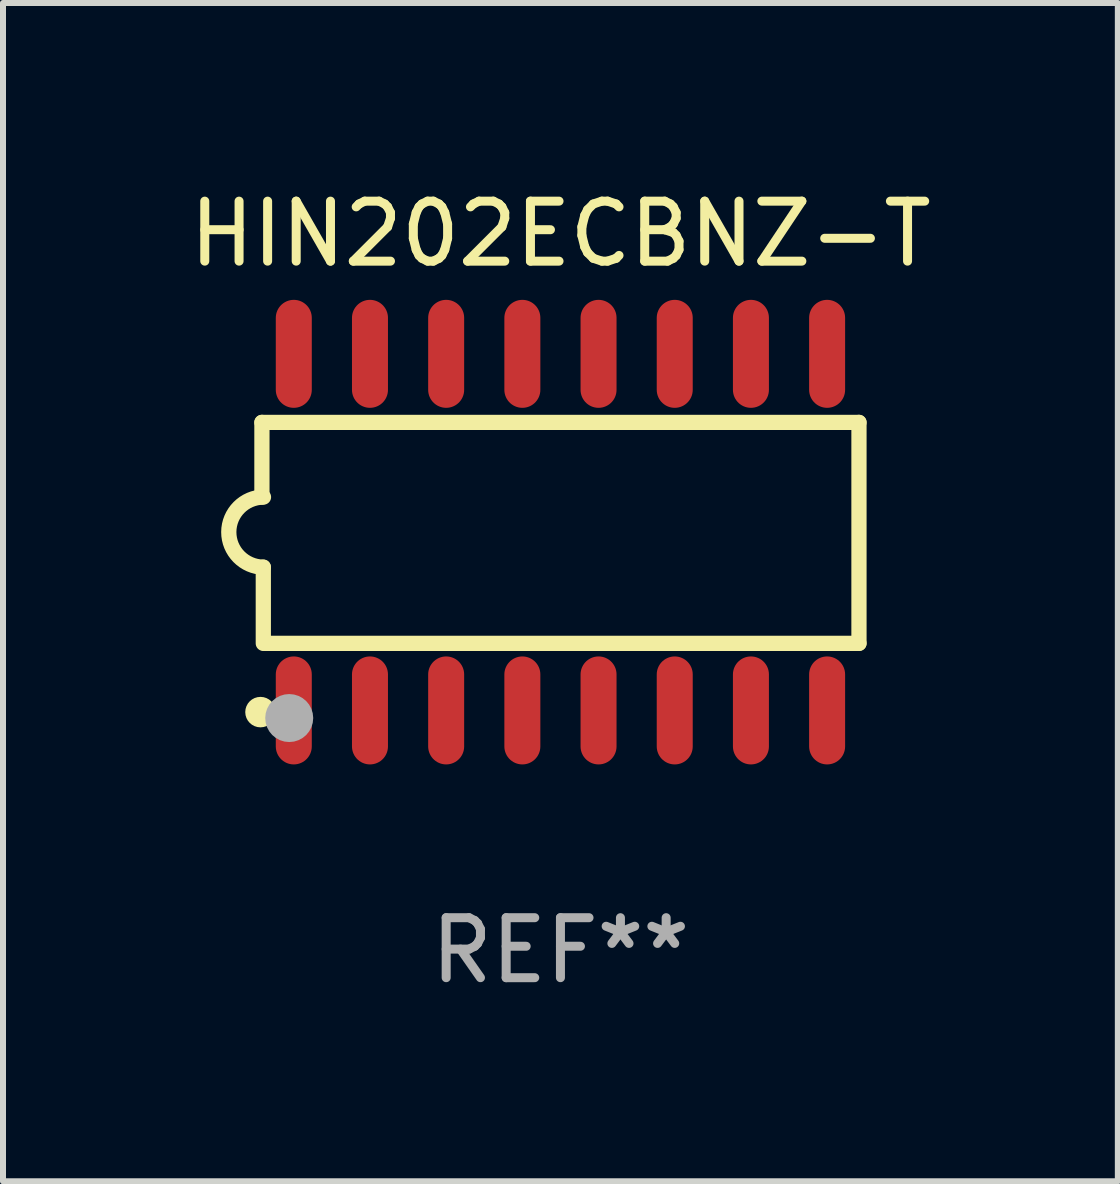
<source format=kicad_pcb>
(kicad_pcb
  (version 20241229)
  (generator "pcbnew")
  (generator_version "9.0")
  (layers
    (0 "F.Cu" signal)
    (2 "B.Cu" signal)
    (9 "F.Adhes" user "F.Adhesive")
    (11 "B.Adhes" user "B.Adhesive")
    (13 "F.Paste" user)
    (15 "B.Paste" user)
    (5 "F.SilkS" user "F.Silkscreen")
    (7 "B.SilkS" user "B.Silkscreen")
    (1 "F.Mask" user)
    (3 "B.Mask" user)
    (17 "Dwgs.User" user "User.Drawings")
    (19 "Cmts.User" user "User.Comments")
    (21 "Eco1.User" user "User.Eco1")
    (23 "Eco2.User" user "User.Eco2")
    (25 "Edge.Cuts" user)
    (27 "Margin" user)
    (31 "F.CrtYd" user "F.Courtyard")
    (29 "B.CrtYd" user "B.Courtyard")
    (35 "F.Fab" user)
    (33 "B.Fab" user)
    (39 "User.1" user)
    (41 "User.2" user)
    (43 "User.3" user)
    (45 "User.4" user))
  (footprint "HIN202ECBNZ-T"
    (layer "F.Cu")
    (at 6.292 5.82)
    (property "Reference" "HIN202ECBNZ-T" (at 0 -4.972 0) (layer "F.SilkS") (effects (font (size 1 1) (thickness 0.15))))
    (attr through_hole)
    (fp_line (start -4.976 -1.829) (end -4.976 -0.584) (stroke (width 0.254) (type solid)) (layer "F.SilkS"))
    (fp_line (start -4.953 0.584) (end -4.953 1.854) (stroke (width 0.254) (type solid)) (layer "F.SilkS"))
    (fp_line (start -4.928 1.854) (end 4.976 1.854) (stroke (width 0.254) (type solid)) (layer "F.SilkS"))
    (fp_line (start 4.976 -1.829) (end -4.976 -1.829) (stroke (width 0.254) (type solid)) (layer "F.SilkS"))
    (fp_line (start 4.976 1.854) (end 4.976 -1.829) (stroke (width 0.254) (type solid)) (layer "F.SilkS"))
    (fp_arc (start -4.95301 0.584201) (mid -5.533866 -0.00152) (end -4.950088 -0.584329) (stroke (width 0.254001) (type solid)) (layer "F.SilkS"))
    (fp_circle (center -5 3) (end -4.873 3) (stroke (width 0.254) (type solid)) (fill no) (layer "F.SilkS"))
    (fp_circle (center -4.521 3.099) (end -4.321 3.099) (stroke (width 0.4) (type solid)) (fill no) (layer "F.Fab"))
    (fp_text user "REF**" (at 0 6.972 0) (layer "F.Fab") (effects (font (size 1 1) (thickness 0.15))))
    (pad "1" smd oval (at -4.445 2.972 180) (size 0.6 1.8) (layers "F.Cu" "F.Mask" "F.Paste"))
    (pad "2" smd oval (at -3.175 2.972 180) (size 0.6 1.8) (layers "F.Cu" "F.Mask" "F.Paste"))
    (pad "3" smd oval (at -1.905 2.972 180) (size 0.6 1.8) (layers "F.Cu" "F.Mask" "F.Paste"))
    (pad "4" smd oval (at -0.635 2.972 180) (size 0.6 1.8) (layers "F.Cu" "F.Mask" "F.Paste"))
    (pad "5" smd oval (at 0.635 2.972 180) (size 0.6 1.8) (layers "F.Cu" "F.Mask" "F.Paste"))
    (pad "6" smd oval (at 1.905 2.972 180) (size 0.6 1.8) (layers "F.Cu" "F.Mask" "F.Paste"))
    (pad "7" smd oval (at 3.175 2.972 180) (size 0.6 1.8) (layers "F.Cu" "F.Mask" "F.Paste"))
    (pad "8" smd oval (at 4.445 2.972 180) (size 0.6 1.8) (layers "F.Cu" "F.Mask" "F.Paste"))
    (pad "9" smd oval (at 4.445 -2.972 180) (size 0.6 1.8) (layers "F.Cu" "F.Mask" "F.Paste"))
    (pad "10" smd oval (at 3.175 -2.972 180) (size 0.6 1.8) (layers "F.Cu" "F.Mask" "F.Paste"))
    (pad "11" smd oval (at 1.905 -2.972 180) (size 0.6 1.8) (layers "F.Cu" "F.Mask" "F.Paste"))
    (pad "12" smd oval (at 0.635 -2.972 180) (size 0.6 1.8) (layers "F.Cu" "F.Mask" "F.Paste"))
    (pad "13" smd oval (at -0.635 -2.972 180) (size 0.6 1.8) (layers "F.Cu" "F.Mask" "F.Paste"))
    (pad "14" smd oval (at -1.905 -2.972 180) (size 0.6 1.8) (layers "F.Cu" "F.Mask" "F.Paste"))
    (pad "15" smd oval (at -3.175 -2.972 180) (size 0.6 1.8) (layers "F.Cu" "F.Mask" "F.Paste"))
    (pad "16" smd oval (at -4.445 -2.972 180) (size 0.6 1.8) (layers "F.Cu" "F.Mask" "F.Paste")))
  (gr_rect
    (start -3 -3)
    (end 15.583 16.64)
    (stroke (width 0.1) (type default))
    (fill no)
    (layer "Edge.Cuts")))
</source>
